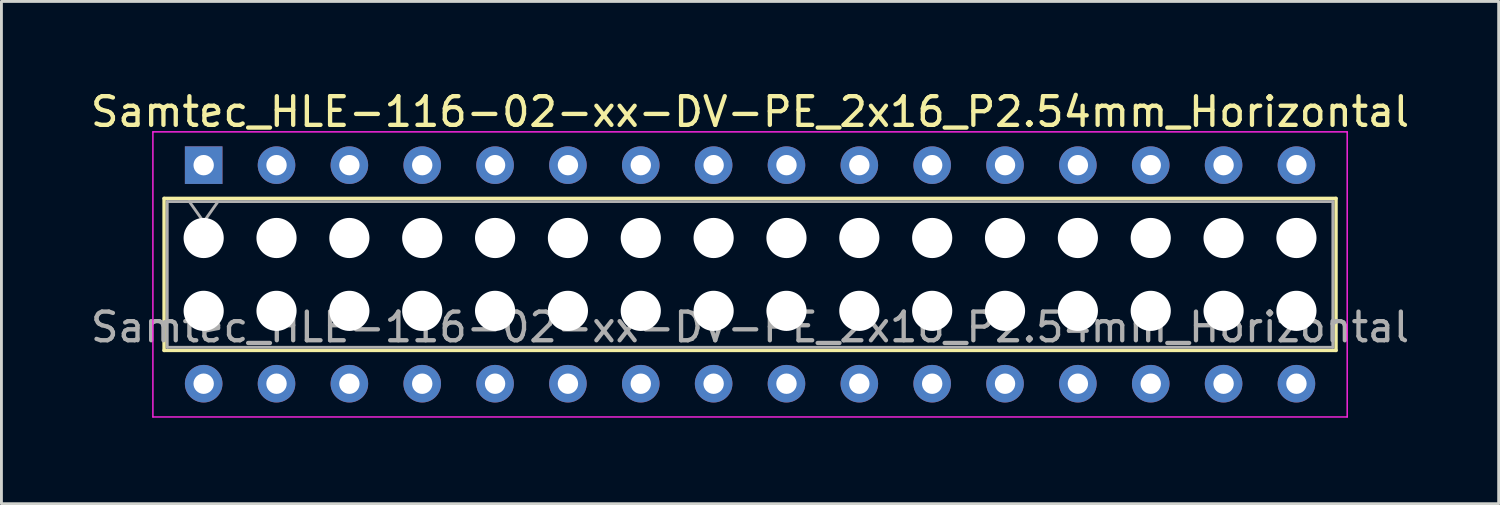
<source format=kicad_pcb>
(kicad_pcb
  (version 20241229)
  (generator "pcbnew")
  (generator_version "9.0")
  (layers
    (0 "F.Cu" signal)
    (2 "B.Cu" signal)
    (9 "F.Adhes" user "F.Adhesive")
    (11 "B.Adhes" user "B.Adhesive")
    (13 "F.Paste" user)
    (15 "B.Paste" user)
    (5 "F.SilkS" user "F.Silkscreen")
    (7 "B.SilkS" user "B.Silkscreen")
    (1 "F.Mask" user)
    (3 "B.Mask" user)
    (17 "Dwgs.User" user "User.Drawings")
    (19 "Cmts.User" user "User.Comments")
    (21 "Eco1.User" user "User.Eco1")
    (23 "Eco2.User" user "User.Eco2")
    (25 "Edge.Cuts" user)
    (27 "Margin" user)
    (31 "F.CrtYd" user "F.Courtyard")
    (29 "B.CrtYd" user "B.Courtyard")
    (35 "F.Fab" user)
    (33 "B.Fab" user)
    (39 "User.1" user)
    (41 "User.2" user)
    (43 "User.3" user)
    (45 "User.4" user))
  (footprint "Samtec_HLE-116-02-xx-DV-PE_2x16_P2.54mm_Horizontal"
    (layer "F.Cu")
    (at 4.051 2.708)
    (property "Reference" "Samtec_HLE-116-02-xx-DV-PE_2x16_P2.54mm_Horizontal" (at 19.05 -1.86 0) (layer "F.SilkS") (effects (font (size 1 1) (thickness 0.15))))
    (attr through_hole)
    (fp_line (start -1.38 1.16) (end 39.48 1.16) (stroke (width 0.12) (type solid)) (layer "F.SilkS"))
    (fp_line (start -1.38 6.46) (end -1.38 1.16) (stroke (width 0.12) (type solid)) (layer "F.SilkS"))
    (fp_line (start 39.48 1.16) (end 39.48 6.46) (stroke (width 0.12) (type solid)) (layer "F.SilkS"))
    (fp_line (start 39.48 6.46) (end -1.38 6.46) (stroke (width 0.12) (type solid)) (layer "F.SilkS"))
    (fp_line (start -1.77 -1.16) (end 39.87 -1.16) (stroke (width 0.05) (type solid)) (layer "F.CrtYd"))
    (fp_line (start -1.77 8.78) (end -1.77 -1.16) (stroke (width 0.05) (type solid)) (layer "F.CrtYd"))
    (fp_line (start 39.87 -1.16) (end 39.87 8.78) (stroke (width 0.05) (type solid)) (layer "F.CrtYd"))
    (fp_line (start 39.87 8.78) (end -1.77 8.78) (stroke (width 0.05) (type solid)) (layer "F.CrtYd"))
    (fp_line (start -1.27 1.27) (end 39.37 1.27) (stroke (width 0.1) (type solid)) (layer "F.Fab"))
    (fp_line (start -1.27 6.35) (end -1.27 1.27) (stroke (width 0.1) (type solid)) (layer "F.Fab"))
    (fp_line (start -0.5 1.27) (end 0 1.977) (stroke (width 0.1) (type solid)) (layer "F.Fab"))
    (fp_line (start 0 1.977) (end 0.5 1.27) (stroke (width 0.1) (type solid)) (layer "F.Fab"))
    (fp_line (start 39.37 1.27) (end 39.37 6.35) (stroke (width 0.1) (type solid)) (layer "F.Fab"))
    (fp_line (start 39.37 6.35) (end -1.27 6.35) (stroke (width 0.1) (type solid)) (layer "F.Fab"))
    (fp_text user "${REFERENCE}" (at 19.05 5.65 0) (layer "F.Fab") (effects (font (size 1 1) (thickness 0.15))))
    (pad "" np_thru_hole circle (at 0 2.54) (size 1.4 1.4) (drill 1.4) (layers "*.Cu" "*.Mask"))
    (pad "" np_thru_hole circle (at 0 5.08) (size 1.4 1.4) (drill 1.4) (layers "*.Cu" "*.Mask"))
    (pad "" np_thru_hole circle (at 2.54 2.54) (size 1.4 1.4) (drill 1.4) (layers "*.Cu" "*.Mask"))
    (pad "" np_thru_hole circle (at 2.54 5.08) (size 1.4 1.4) (drill 1.4) (layers "*.Cu" "*.Mask"))
    (pad "" np_thru_hole circle (at 5.08 2.54) (size 1.4 1.4) (drill 1.4) (layers "*.Cu" "*.Mask"))
    (pad "" np_thru_hole circle (at 5.08 5.08) (size 1.4 1.4) (drill 1.4) (layers "*.Cu" "*.Mask"))
    (pad "" np_thru_hole circle (at 7.62 2.54) (size 1.4 1.4) (drill 1.4) (layers "*.Cu" "*.Mask"))
    (pad "" np_thru_hole circle (at 7.62 5.08) (size 1.4 1.4) (drill 1.4) (layers "*.Cu" "*.Mask"))
    (pad "" np_thru_hole circle (at 10.16 2.54) (size 1.4 1.4) (drill 1.4) (layers "*.Cu" "*.Mask"))
    (pad "" np_thru_hole circle (at 10.16 5.08) (size 1.4 1.4) (drill 1.4) (layers "*.Cu" "*.Mask"))
    (pad "" np_thru_hole circle (at 12.7 2.54) (size 1.4 1.4) (drill 1.4) (layers "*.Cu" "*.Mask"))
    (pad "" np_thru_hole circle (at 12.7 5.08) (size 1.4 1.4) (drill 1.4) (layers "*.Cu" "*.Mask"))
    (pad "" np_thru_hole circle (at 15.24 2.54) (size 1.4 1.4) (drill 1.4) (layers "*.Cu" "*.Mask"))
    (pad "" np_thru_hole circle (at 15.24 5.08) (size 1.4 1.4) (drill 1.4) (layers "*.Cu" "*.Mask"))
    (pad "" np_thru_hole circle (at 17.78 2.54) (size 1.4 1.4) (drill 1.4) (layers "*.Cu" "*.Mask"))
    (pad "" np_thru_hole circle (at 17.78 5.08) (size 1.4 1.4) (drill 1.4) (layers "*.Cu" "*.Mask"))
    (pad "" np_thru_hole circle (at 20.32 2.54) (size 1.4 1.4) (drill 1.4) (layers "*.Cu" "*.Mask"))
    (pad "" np_thru_hole circle (at 20.32 5.08) (size 1.4 1.4) (drill 1.4) (layers "*.Cu" "*.Mask"))
    (pad "" np_thru_hole circle (at 22.86 2.54) (size 1.4 1.4) (drill 1.4) (layers "*.Cu" "*.Mask"))
    (pad "" np_thru_hole circle (at 22.86 5.08) (size 1.4 1.4) (drill 1.4) (layers "*.Cu" "*.Mask"))
    (pad "" np_thru_hole circle (at 25.4 2.54) (size 1.4 1.4) (drill 1.4) (layers "*.Cu" "*.Mask"))
    (pad "" np_thru_hole circle (at 25.4 5.08) (size 1.4 1.4) (drill 1.4) (layers "*.Cu" "*.Mask"))
    (pad "" np_thru_hole circle (at 27.94 2.54) (size 1.4 1.4) (drill 1.4) (layers "*.Cu" "*.Mask"))
    (pad "" np_thru_hole circle (at 27.94 5.08) (size 1.4 1.4) (drill 1.4) (layers "*.Cu" "*.Mask"))
    (pad "" np_thru_hole circle (at 30.48 2.54) (size 1.4 1.4) (drill 1.4) (layers "*.Cu" "*.Mask"))
    (pad "" np_thru_hole circle (at 30.48 5.08) (size 1.4 1.4) (drill 1.4) (layers "*.Cu" "*.Mask"))
    (pad "" np_thru_hole circle (at 33.02 2.54) (size 1.4 1.4) (drill 1.4) (layers "*.Cu" "*.Mask"))
    (pad "" np_thru_hole circle (at 33.02 5.08) (size 1.4 1.4) (drill 1.4) (layers "*.Cu" "*.Mask"))
    (pad "" np_thru_hole circle (at 35.56 2.54) (size 1.4 1.4) (drill 1.4) (layers "*.Cu" "*.Mask"))
    (pad "" np_thru_hole circle (at 35.56 5.08) (size 1.4 1.4) (drill 1.4) (layers "*.Cu" "*.Mask"))
    (pad "" np_thru_hole circle (at 38.1 2.54) (size 1.4 1.4) (drill 1.4) (layers "*.Cu" "*.Mask"))
    (pad "" np_thru_hole circle (at 38.1 5.08) (size 1.4 1.4) (drill 1.4) (layers "*.Cu" "*.Mask"))
    (pad "1" thru_hole rect (at 0 0) (size 1.31 1.31) (drill 0.71) (layers "*.Cu" "*.Mask"))
    (pad "2" thru_hole circle (at 0 7.62) (size 1.31 1.31) (drill 0.71) (layers "*.Cu" "*.Mask"))
    (pad "3" thru_hole circle (at 2.54 0) (size 1.31 1.31) (drill 0.71) (layers "*.Cu" "*.Mask"))
    (pad "4" thru_hole circle (at 2.54 7.62) (size 1.31 1.31) (drill 0.71) (layers "*.Cu" "*.Mask"))
    (pad "5" thru_hole circle (at 5.08 0) (size 1.31 1.31) (drill 0.71) (layers "*.Cu" "*.Mask"))
    (pad "6" thru_hole circle (at 5.08 7.62) (size 1.31 1.31) (drill 0.71) (layers "*.Cu" "*.Mask"))
    (pad "7" thru_hole circle (at 7.62 0) (size 1.31 1.31) (drill 0.71) (layers "*.Cu" "*.Mask"))
    (pad "8" thru_hole circle (at 7.62 7.62) (size 1.31 1.31) (drill 0.71) (layers "*.Cu" "*.Mask"))
    (pad "9" thru_hole circle (at 10.16 0) (size 1.31 1.31) (drill 0.71) (layers "*.Cu" "*.Mask"))
    (pad "10" thru_hole circle (at 10.16 7.62) (size 1.31 1.31) (drill 0.71) (layers "*.Cu" "*.Mask"))
    (pad "11" thru_hole circle (at 12.7 0) (size 1.31 1.31) (drill 0.71) (layers "*.Cu" "*.Mask"))
    (pad "12" thru_hole circle (at 12.7 7.62) (size 1.31 1.31) (drill 0.71) (layers "*.Cu" "*.Mask"))
    (pad "13" thru_hole circle (at 15.24 0) (size 1.31 1.31) (drill 0.71) (layers "*.Cu" "*.Mask"))
    (pad "14" thru_hole circle (at 15.24 7.62) (size 1.31 1.31) (drill 0.71) (layers "*.Cu" "*.Mask"))
    (pad "15" thru_hole circle (at 17.78 0) (size 1.31 1.31) (drill 0.71) (layers "*.Cu" "*.Mask"))
    (pad "16" thru_hole circle (at 17.78 7.62) (size 1.31 1.31) (drill 0.71) (layers "*.Cu" "*.Mask"))
    (pad "17" thru_hole circle (at 20.32 0) (size 1.31 1.31) (drill 0.71) (layers "*.Cu" "*.Mask"))
    (pad "18" thru_hole circle (at 20.32 7.62) (size 1.31 1.31) (drill 0.71) (layers "*.Cu" "*.Mask"))
    (pad "19" thru_hole circle (at 22.86 0) (size 1.31 1.31) (drill 0.71) (layers "*.Cu" "*.Mask"))
    (pad "20" thru_hole circle (at 22.86 7.62) (size 1.31 1.31) (drill 0.71) (layers "*.Cu" "*.Mask"))
    (pad "21" thru_hole circle (at 25.4 0) (size 1.31 1.31) (drill 0.71) (layers "*.Cu" "*.Mask"))
    (pad "22" thru_hole circle (at 25.4 7.62) (size 1.31 1.31) (drill 0.71) (layers "*.Cu" "*.Mask"))
    (pad "23" thru_hole circle (at 27.94 0) (size 1.31 1.31) (drill 0.71) (layers "*.Cu" "*.Mask"))
    (pad "24" thru_hole circle (at 27.94 7.62) (size 1.31 1.31) (drill 0.71) (layers "*.Cu" "*.Mask"))
    (pad "25" thru_hole circle (at 30.48 0) (size 1.31 1.31) (drill 0.71) (layers "*.Cu" "*.Mask"))
    (pad "26" thru_hole circle (at 30.48 7.62) (size 1.31 1.31) (drill 0.71) (layers "*.Cu" "*.Mask"))
    (pad "27" thru_hole circle (at 33.02 0) (size 1.31 1.31) (drill 0.71) (layers "*.Cu" "*.Mask"))
    (pad "28" thru_hole circle (at 33.02 7.62) (size 1.31 1.31) (drill 0.71) (layers "*.Cu" "*.Mask"))
    (pad "29" thru_hole circle (at 35.56 0) (size 1.31 1.31) (drill 0.71) (layers "*.Cu" "*.Mask"))
    (pad "30" thru_hole circle (at 35.56 7.62) (size 1.31 1.31) (drill 0.71) (layers "*.Cu" "*.Mask"))
    (pad "31" thru_hole circle (at 38.1 0) (size 1.31 1.31) (drill 0.71) (layers "*.Cu" "*.Mask"))
    (pad "32" thru_hole circle (at 38.1 7.62) (size 1.31 1.31) (drill 0.71) (layers "*.Cu" "*.Mask")))
  (gr_rect
    (start -3 -3)
    (end 49.202 14.513)
    (stroke (width 0.1) (type default))
    (fill no)
    (layer "Edge.Cuts")))
</source>
